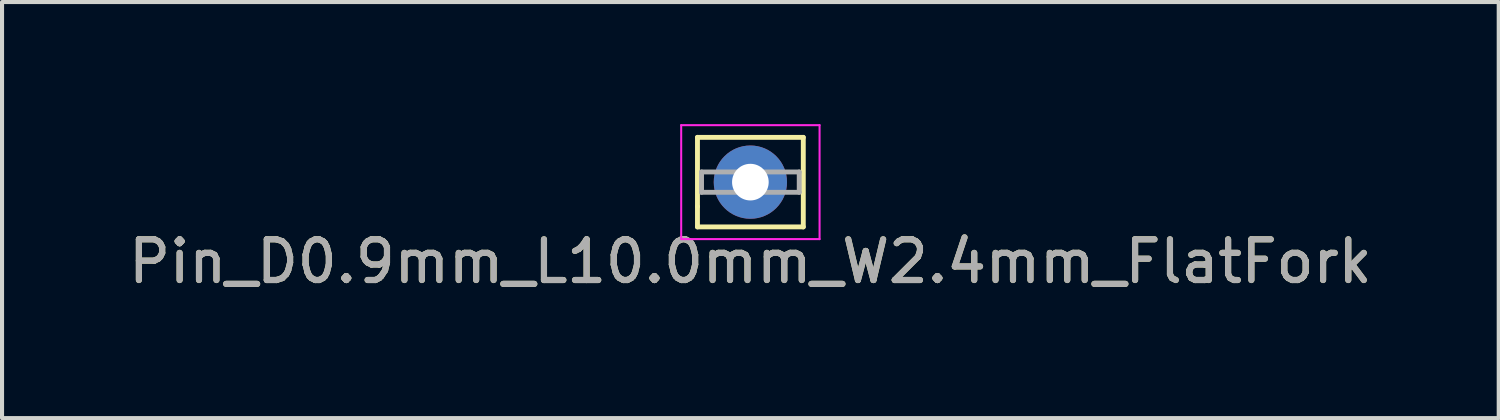
<source format=kicad_pcb>
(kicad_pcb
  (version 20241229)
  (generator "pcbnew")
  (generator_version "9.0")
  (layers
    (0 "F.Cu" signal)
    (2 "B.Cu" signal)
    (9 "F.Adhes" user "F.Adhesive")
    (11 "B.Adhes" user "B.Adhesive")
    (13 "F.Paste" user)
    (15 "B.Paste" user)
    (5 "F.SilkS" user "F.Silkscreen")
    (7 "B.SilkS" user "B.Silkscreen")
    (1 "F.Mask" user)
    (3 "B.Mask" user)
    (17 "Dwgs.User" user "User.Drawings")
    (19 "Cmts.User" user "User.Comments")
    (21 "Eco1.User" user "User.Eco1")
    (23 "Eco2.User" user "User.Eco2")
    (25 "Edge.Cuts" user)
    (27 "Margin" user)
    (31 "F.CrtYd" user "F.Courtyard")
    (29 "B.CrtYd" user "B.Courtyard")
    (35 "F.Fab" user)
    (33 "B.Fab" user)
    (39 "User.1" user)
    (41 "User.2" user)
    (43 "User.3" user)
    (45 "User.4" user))
  (footprint "Pin_D0.9mm_L10.0mm_W2.4mm_FlatFork"
    (layer "F.Cu")
    (at 15.387 1.425)
    (property "Reference" "Pin_D0.9mm_L10.0mm_W2.4mm_FlatFork" (at 0 1.95 0) (layer "F.SilkS") (effects (font (size 1 1) (thickness 0.15))))
    (attr through_hole)
    (fp_line (start -1.3 -1.1) (end -1.3 0.6) (stroke (width 0.12) (type solid)) (layer "F.SilkS"))
    (fp_line (start -1.3 0.6) (end -1.3 1.1) (stroke (width 0.12) (type solid)) (layer "F.SilkS"))
    (fp_line (start -1.3 1.1) (end 1.3 1.1) (stroke (width 0.12) (type solid)) (layer "F.SilkS"))
    (fp_line (start 1.3 -1.1) (end -1.3 -1.1) (stroke (width 0.12) (type solid)) (layer "F.SilkS"))
    (fp_line (start 1.3 1.1) (end 1.3 -1.1) (stroke (width 0.12) (type solid)) (layer "F.SilkS"))
    (fp_line (start -1.7 -1.4) (end -1.7 1.4) (stroke (width 0.05) (type solid)) (layer "F.CrtYd"))
    (fp_line (start -1.7 -1.4) (end 1.7 -1.4) (stroke (width 0.05) (type solid)) (layer "F.CrtYd"))
    (fp_line (start 1.7 1.4) (end -1.7 1.4) (stroke (width 0.05) (type solid)) (layer "F.CrtYd"))
    (fp_line (start 1.7 1.4) (end 1.7 -1.4) (stroke (width 0.05) (type solid)) (layer "F.CrtYd"))
    (fp_line (start -1.2 -0.25) (end -1.2 0.25) (stroke (width 0.12) (type solid)) (layer "F.Fab"))
    (fp_line (start -1.2 0.25) (end 1.2 0.25) (stroke (width 0.12) (type solid)) (layer "F.Fab"))
    (fp_line (start 1.2 -0.25) (end -1.2 -0.25) (stroke (width 0.12) (type solid)) (layer "F.Fab"))
    (fp_line (start 1.2 0.25) (end 1.2 -0.25) (stroke (width 0.12) (type solid)) (layer "F.Fab"))
    (fp_text user "${REFERENCE}" (at 0 1.95 0) (layer "F.Fab") (effects (font (size 1 1) (thickness 0.15))))
    (pad "1" thru_hole circle (at 0 0) (size 1.8 1.8) (drill 0.9) (layers "*.Cu" "*.Mask")))
  (gr_rect
    (start -3 -3)
    (end 33.774 7.223)
    (stroke (width 0.1) (type default))
    (fill no)
    (layer "Edge.Cuts")))
</source>
